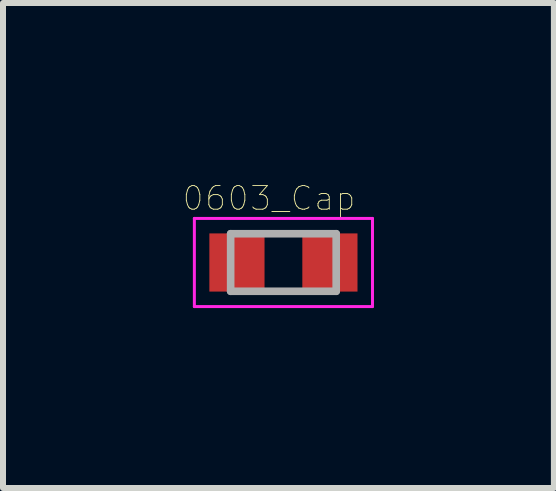
<source format=kicad_pcb>
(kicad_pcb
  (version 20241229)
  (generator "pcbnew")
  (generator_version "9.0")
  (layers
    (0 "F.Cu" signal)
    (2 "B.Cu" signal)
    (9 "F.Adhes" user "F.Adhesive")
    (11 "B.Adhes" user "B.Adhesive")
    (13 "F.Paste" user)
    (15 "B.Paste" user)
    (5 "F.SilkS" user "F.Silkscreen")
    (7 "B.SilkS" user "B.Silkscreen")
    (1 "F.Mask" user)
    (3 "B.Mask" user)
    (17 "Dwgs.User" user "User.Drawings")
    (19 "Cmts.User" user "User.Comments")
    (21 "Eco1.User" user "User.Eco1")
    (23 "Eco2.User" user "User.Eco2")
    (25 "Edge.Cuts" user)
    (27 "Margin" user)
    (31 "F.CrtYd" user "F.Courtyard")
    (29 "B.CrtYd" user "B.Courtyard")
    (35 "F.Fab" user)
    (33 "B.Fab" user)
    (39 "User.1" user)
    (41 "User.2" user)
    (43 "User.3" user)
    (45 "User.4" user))
  (footprint "0603_Cap"
    (layer "F.Cu")
    (at 1.676 1.327)
    (property "Reference" "0603_Cap" (at -0.24 -1.07 0) (layer "F.SilkS") (effects (font (size 0.394 0.394) (thickness 0.015))))
    (attr through_hole)
    (fp_line (start -1.485 -0.735) (end 1.485 -0.735) (stroke (width 0.05) (type solid)) (layer "F.CrtYd"))
    (fp_line (start -1.485 0.735) (end -1.485 -0.735) (stroke (width 0.05) (type solid)) (layer "F.CrtYd"))
    (fp_line (start -1.485 0.735) (end 1.485 0.735) (stroke (width 0.05) (type solid)) (layer "F.CrtYd"))
    (fp_line (start 1.485 0.735) (end 1.485 -0.735) (stroke (width 0.05) (type solid)) (layer "F.CrtYd"))
    (fp_line (start -0.88 0.48) (end -0.88 -0.48) (stroke (width 0.127) (type solid)) (layer "F.Fab"))
    (fp_line (start 0.88 -0.48) (end -0.88 -0.48) (stroke (width 0.127) (type solid)) (layer "F.Fab"))
    (fp_line (start 0.88 0.48) (end -0.88 0.48) (stroke (width 0.127) (type solid)) (layer "F.Fab"))
    (fp_line (start 0.88 0.48) (end 0.88 -0.48) (stroke (width 0.127) (type solid)) (layer "F.Fab"))
    (pad "1" smd rect (at -0.775 0) (size 0.92 0.97) (layers "F.Cu" "F.Mask" "F.Paste"))
    (pad "2" smd rect (at 0.775 0) (size 0.92 0.97) (layers "F.Cu" "F.Mask" "F.Paste")))
  (gr_rect
    (start -3 -3)
    (end 6.186 5.087)
    (stroke (width 0.1) (type default))
    (fill no)
    (layer "Edge.Cuts")))
</source>
